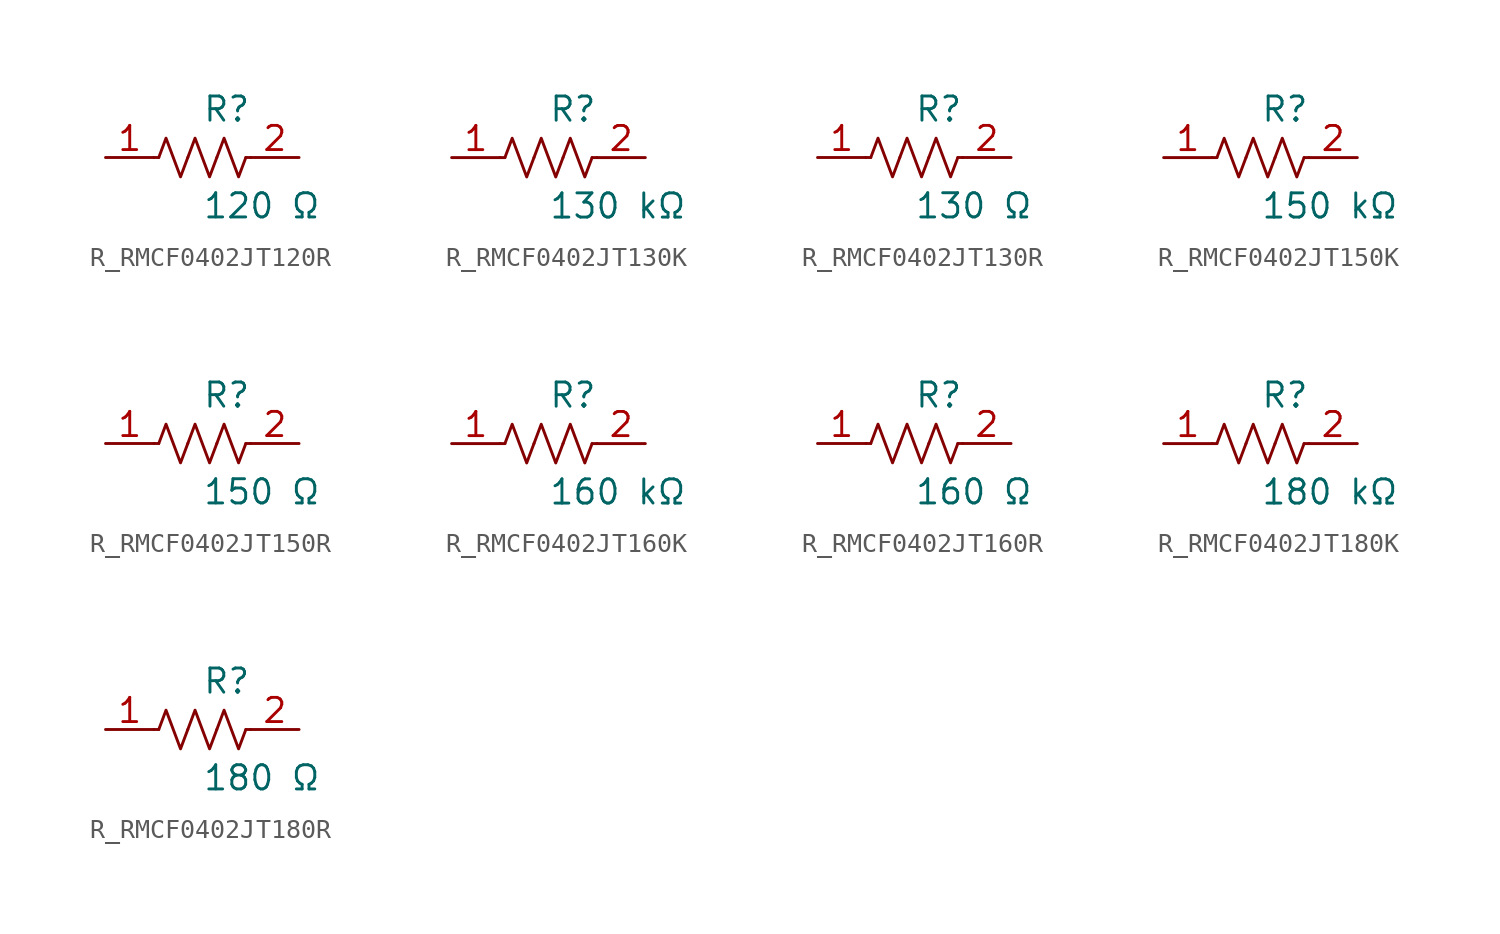
<source format=kicad_sym>
(kicad_symbol_lib
  (version 20231120)
  (generator kicad_symbol_editor)
  (generator_version 8.0)
  (symbol "R_RMCF0402JT120R"
    (pin_names
      (offset 0.254))
    (property "Reference" "R"
      (at 0 2.54 0)
      (effects (font (size 1.27 1.27)) (justify left)))
    (property "Value" "120 Ω"
      (at 0 -2.54 0)
      (effects (font (size 1.27 1.27)) (justify left)))
    (symbol "R_RMCF0402JT120R_0_1"
      (polyline (pts (xy 2.286 0) (xy 2.54 0)) (stroke (width 0) (type default)) (fill (type none)))
      (polyline (pts (xy -2.286 0) (xy -2.54 0)) (stroke (width 0) (type default)) (fill (type none)))
      (polyline (pts (xy 0.762 0) (xy 1.143 1.016) (xy 1.524 0) (xy 1.905 -1.016) (xy 2.286 0)) (stroke (width 0) (type default)) (fill (type none)))
      (polyline (pts (xy -0.762 0) (xy -0.381 1.016) (xy 0 0) (xy 0.381 -1.016) (xy 0.762 0)) (stroke (width 0) (type default)) (fill (type none)))
      (polyline (pts (xy -2.286 0) (xy -1.905 1.016) (xy -1.524 0) (xy -1.143 -1.016) (xy -0.762 0)) (stroke (width 0) (type default)) (fill (type none))))
    (pin unspecified line
      (at -5.08 0 0)
      (length 2.54)
      (name "" (effects (font (size 1.27 1.27))))
      (number "1" (effects (font (size 1.27 1.27)))))
    (pin unspecified line
      (at 5.08 0 180)
      (length 2.54)
      (name "" (effects (font (size 1.27 1.27))))
      (number "2" (effects (font (size 1.27 1.27))))))
  (symbol "R_RMCF0402JT130K"
    (pin_names
      (offset 0.254))
    (property "Reference" "R"
      (at 0 2.54 0)
      (effects (font (size 1.27 1.27)) (justify left)))
    (property "Value" "130 kΩ"
      (at 0 -2.54 0)
      (effects (font (size 1.27 1.27)) (justify left)))
    (symbol "R_RMCF0402JT130K_0_1"
      (polyline (pts (xy 2.286 0) (xy 2.54 0)) (stroke (width 0) (type default)) (fill (type none)))
      (polyline (pts (xy -2.286 0) (xy -2.54 0)) (stroke (width 0) (type default)) (fill (type none)))
      (polyline (pts (xy 0.762 0) (xy 1.143 1.016) (xy 1.524 0) (xy 1.905 -1.016) (xy 2.286 0)) (stroke (width 0) (type default)) (fill (type none)))
      (polyline (pts (xy -0.762 0) (xy -0.381 1.016) (xy 0 0) (xy 0.381 -1.016) (xy 0.762 0)) (stroke (width 0) (type default)) (fill (type none)))
      (polyline (pts (xy -2.286 0) (xy -1.905 1.016) (xy -1.524 0) (xy -1.143 -1.016) (xy -0.762 0)) (stroke (width 0) (type default)) (fill (type none))))
    (pin unspecified line
      (at -5.08 0 0)
      (length 2.54)
      (name "" (effects (font (size 1.27 1.27))))
      (number "1" (effects (font (size 1.27 1.27)))))
    (pin unspecified line
      (at 5.08 0 180)
      (length 2.54)
      (name "" (effects (font (size 1.27 1.27))))
      (number "2" (effects (font (size 1.27 1.27))))))
  (symbol "R_RMCF0402JT130R"
    (pin_names
      (offset 0.254))
    (property "Reference" "R"
      (at 0 2.54 0)
      (effects (font (size 1.27 1.27)) (justify left)))
    (property "Value" "130 Ω"
      (at 0 -2.54 0)
      (effects (font (size 1.27 1.27)) (justify left)))
    (symbol "R_RMCF0402JT130R_0_1"
      (polyline (pts (xy 2.286 0) (xy 2.54 0)) (stroke (width 0) (type default)) (fill (type none)))
      (polyline (pts (xy -2.286 0) (xy -2.54 0)) (stroke (width 0) (type default)) (fill (type none)))
      (polyline (pts (xy 0.762 0) (xy 1.143 1.016) (xy 1.524 0) (xy 1.905 -1.016) (xy 2.286 0)) (stroke (width 0) (type default)) (fill (type none)))
      (polyline (pts (xy -0.762 0) (xy -0.381 1.016) (xy 0 0) (xy 0.381 -1.016) (xy 0.762 0)) (stroke (width 0) (type default)) (fill (type none)))
      (polyline (pts (xy -2.286 0) (xy -1.905 1.016) (xy -1.524 0) (xy -1.143 -1.016) (xy -0.762 0)) (stroke (width 0) (type default)) (fill (type none))))
    (pin unspecified line
      (at -5.08 0 0)
      (length 2.54)
      (name "" (effects (font (size 1.27 1.27))))
      (number "1" (effects (font (size 1.27 1.27)))))
    (pin unspecified line
      (at 5.08 0 180)
      (length 2.54)
      (name "" (effects (font (size 1.27 1.27))))
      (number "2" (effects (font (size 1.27 1.27))))))
  (symbol "R_RMCF0402JT150K"
    (pin_names
      (offset 0.254))
    (property "Reference" "R"
      (at 0 2.54 0)
      (effects (font (size 1.27 1.27)) (justify left)))
    (property "Value" "150 kΩ"
      (at 0 -2.54 0)
      (effects (font (size 1.27 1.27)) (justify left)))
    (symbol "R_RMCF0402JT150K_0_1"
      (polyline (pts (xy 2.286 0) (xy 2.54 0)) (stroke (width 0) (type default)) (fill (type none)))
      (polyline (pts (xy -2.286 0) (xy -2.54 0)) (stroke (width 0) (type default)) (fill (type none)))
      (polyline (pts (xy 0.762 0) (xy 1.143 1.016) (xy 1.524 0) (xy 1.905 -1.016) (xy 2.286 0)) (stroke (width 0) (type default)) (fill (type none)))
      (polyline (pts (xy -0.762 0) (xy -0.381 1.016) (xy 0 0) (xy 0.381 -1.016) (xy 0.762 0)) (stroke (width 0) (type default)) (fill (type none)))
      (polyline (pts (xy -2.286 0) (xy -1.905 1.016) (xy -1.524 0) (xy -1.143 -1.016) (xy -0.762 0)) (stroke (width 0) (type default)) (fill (type none))))
    (pin unspecified line
      (at -5.08 0 0)
      (length 2.54)
      (name "" (effects (font (size 1.27 1.27))))
      (number "1" (effects (font (size 1.27 1.27)))))
    (pin unspecified line
      (at 5.08 0 180)
      (length 2.54)
      (name "" (effects (font (size 1.27 1.27))))
      (number "2" (effects (font (size 1.27 1.27))))))
  (symbol "R_RMCF0402JT150R"
    (pin_names
      (offset 0.254))
    (property "Reference" "R"
      (at 0 2.54 0)
      (effects (font (size 1.27 1.27)) (justify left)))
    (property "Value" "150 Ω"
      (at 0 -2.54 0)
      (effects (font (size 1.27 1.27)) (justify left)))
    (symbol "R_RMCF0402JT150R_0_1"
      (polyline (pts (xy 2.286 0) (xy 2.54 0)) (stroke (width 0) (type default)) (fill (type none)))
      (polyline (pts (xy -2.286 0) (xy -2.54 0)) (stroke (width 0) (type default)) (fill (type none)))
      (polyline (pts (xy 0.762 0) (xy 1.143 1.016) (xy 1.524 0) (xy 1.905 -1.016) (xy 2.286 0)) (stroke (width 0) (type default)) (fill (type none)))
      (polyline (pts (xy -0.762 0) (xy -0.381 1.016) (xy 0 0) (xy 0.381 -1.016) (xy 0.762 0)) (stroke (width 0) (type default)) (fill (type none)))
      (polyline (pts (xy -2.286 0) (xy -1.905 1.016) (xy -1.524 0) (xy -1.143 -1.016) (xy -0.762 0)) (stroke (width 0) (type default)) (fill (type none))))
    (pin unspecified line
      (at -5.08 0 0)
      (length 2.54)
      (name "" (effects (font (size 1.27 1.27))))
      (number "1" (effects (font (size 1.27 1.27)))))
    (pin unspecified line
      (at 5.08 0 180)
      (length 2.54)
      (name "" (effects (font (size 1.27 1.27))))
      (number "2" (effects (font (size 1.27 1.27))))))
  (symbol "R_RMCF0402JT160K"
    (pin_names
      (offset 0.254))
    (property "Reference" "R"
      (at 0 2.54 0)
      (effects (font (size 1.27 1.27)) (justify left)))
    (property "Value" "160 kΩ"
      (at 0 -2.54 0)
      (effects (font (size 1.27 1.27)) (justify left)))
    (symbol "R_RMCF0402JT160K_0_1"
      (polyline (pts (xy 2.286 0) (xy 2.54 0)) (stroke (width 0) (type default)) (fill (type none)))
      (polyline (pts (xy -2.286 0) (xy -2.54 0)) (stroke (width 0) (type default)) (fill (type none)))
      (polyline (pts (xy 0.762 0) (xy 1.143 1.016) (xy 1.524 0) (xy 1.905 -1.016) (xy 2.286 0)) (stroke (width 0) (type default)) (fill (type none)))
      (polyline (pts (xy -0.762 0) (xy -0.381 1.016) (xy 0 0) (xy 0.381 -1.016) (xy 0.762 0)) (stroke (width 0) (type default)) (fill (type none)))
      (polyline (pts (xy -2.286 0) (xy -1.905 1.016) (xy -1.524 0) (xy -1.143 -1.016) (xy -0.762 0)) (stroke (width 0) (type default)) (fill (type none))))
    (pin unspecified line
      (at -5.08 0 0)
      (length 2.54)
      (name "" (effects (font (size 1.27 1.27))))
      (number "1" (effects (font (size 1.27 1.27)))))
    (pin unspecified line
      (at 5.08 0 180)
      (length 2.54)
      (name "" (effects (font (size 1.27 1.27))))
      (number "2" (effects (font (size 1.27 1.27))))))
  (symbol "R_RMCF0402JT160R"
    (pin_names
      (offset 0.254))
    (property "Reference" "R"
      (at 0 2.54 0)
      (effects (font (size 1.27 1.27)) (justify left)))
    (property "Value" "160 Ω"
      (at 0 -2.54 0)
      (effects (font (size 1.27 1.27)) (justify left)))
    (symbol "R_RMCF0402JT160R_0_1"
      (polyline (pts (xy 2.286 0) (xy 2.54 0)) (stroke (width 0) (type default)) (fill (type none)))
      (polyline (pts (xy -2.286 0) (xy -2.54 0)) (stroke (width 0) (type default)) (fill (type none)))
      (polyline (pts (xy 0.762 0) (xy 1.143 1.016) (xy 1.524 0) (xy 1.905 -1.016) (xy 2.286 0)) (stroke (width 0) (type default)) (fill (type none)))
      (polyline (pts (xy -0.762 0) (xy -0.381 1.016) (xy 0 0) (xy 0.381 -1.016) (xy 0.762 0)) (stroke (width 0) (type default)) (fill (type none)))
      (polyline (pts (xy -2.286 0) (xy -1.905 1.016) (xy -1.524 0) (xy -1.143 -1.016) (xy -0.762 0)) (stroke (width 0) (type default)) (fill (type none))))
    (pin unspecified line
      (at -5.08 0 0)
      (length 2.54)
      (name "" (effects (font (size 1.27 1.27))))
      (number "1" (effects (font (size 1.27 1.27)))))
    (pin unspecified line
      (at 5.08 0 180)
      (length 2.54)
      (name "" (effects (font (size 1.27 1.27))))
      (number "2" (effects (font (size 1.27 1.27))))))
  (symbol "R_RMCF0402JT180K"
    (pin_names
      (offset 0.254))
    (property "Reference" "R"
      (at 0 2.54 0)
      (effects (font (size 1.27 1.27)) (justify left)))
    (property "Value" "180 kΩ"
      (at 0 -2.54 0)
      (effects (font (size 1.27 1.27)) (justify left)))
    (symbol "R_RMCF0402JT180K_0_1"
      (polyline (pts (xy 2.286 0) (xy 2.54 0)) (stroke (width 0) (type default)) (fill (type none)))
      (polyline (pts (xy -2.286 0) (xy -2.54 0)) (stroke (width 0) (type default)) (fill (type none)))
      (polyline (pts (xy 0.762 0) (xy 1.143 1.016) (xy 1.524 0) (xy 1.905 -1.016) (xy 2.286 0)) (stroke (width 0) (type default)) (fill (type none)))
      (polyline (pts (xy -0.762 0) (xy -0.381 1.016) (xy 0 0) (xy 0.381 -1.016) (xy 0.762 0)) (stroke (width 0) (type default)) (fill (type none)))
      (polyline (pts (xy -2.286 0) (xy -1.905 1.016) (xy -1.524 0) (xy -1.143 -1.016) (xy -0.762 0)) (stroke (width 0) (type default)) (fill (type none))))
    (pin unspecified line
      (at -5.08 0 0)
      (length 2.54)
      (name "" (effects (font (size 1.27 1.27))))
      (number "1" (effects (font (size 1.27 1.27)))))
    (pin unspecified line
      (at 5.08 0 180)
      (length 2.54)
      (name "" (effects (font (size 1.27 1.27))))
      (number "2" (effects (font (size 1.27 1.27))))))
  (symbol "R_RMCF0402JT180R"
    (pin_names
      (offset 0.254))
    (property "Reference" "R"
      (at 0 2.54 0)
      (effects (font (size 1.27 1.27)) (justify left)))
    (property "Value" "180 Ω"
      (at 0 -2.54 0)
      (effects (font (size 1.27 1.27)) (justify left)))
    (symbol "R_RMCF0402JT180R_0_1"
      (polyline (pts (xy 2.286 0) (xy 2.54 0)) (stroke (width 0) (type default)) (fill (type none)))
      (polyline (pts (xy -2.286 0) (xy -2.54 0)) (stroke (width 0) (type default)) (fill (type none)))
      (polyline (pts (xy 0.762 0) (xy 1.143 1.016) (xy 1.524 0) (xy 1.905 -1.016) (xy 2.286 0)) (stroke (width 0) (type default)) (fill (type none)))
      (polyline (pts (xy -0.762 0) (xy -0.381 1.016) (xy 0 0) (xy 0.381 -1.016) (xy 0.762 0)) (stroke (width 0) (type default)) (fill (type none)))
      (polyline (pts (xy -2.286 0) (xy -1.905 1.016) (xy -1.524 0) (xy -1.143 -1.016) (xy -0.762 0)) (stroke (width 0) (type default)) (fill (type none))))
    (pin unspecified line
      (at -5.08 0 0)
      (length 2.54)
      (name "" (effects (font (size 1.27 1.27))))
      (number "1" (effects (font (size 1.27 1.27)))))
    (pin unspecified line
      (at 5.08 0 180)
      (length 2.54)
      (name "" (effects (font (size 1.27 1.27))))
      (number "2" (effects (font (size 1.27 1.27)))))))
</source>
